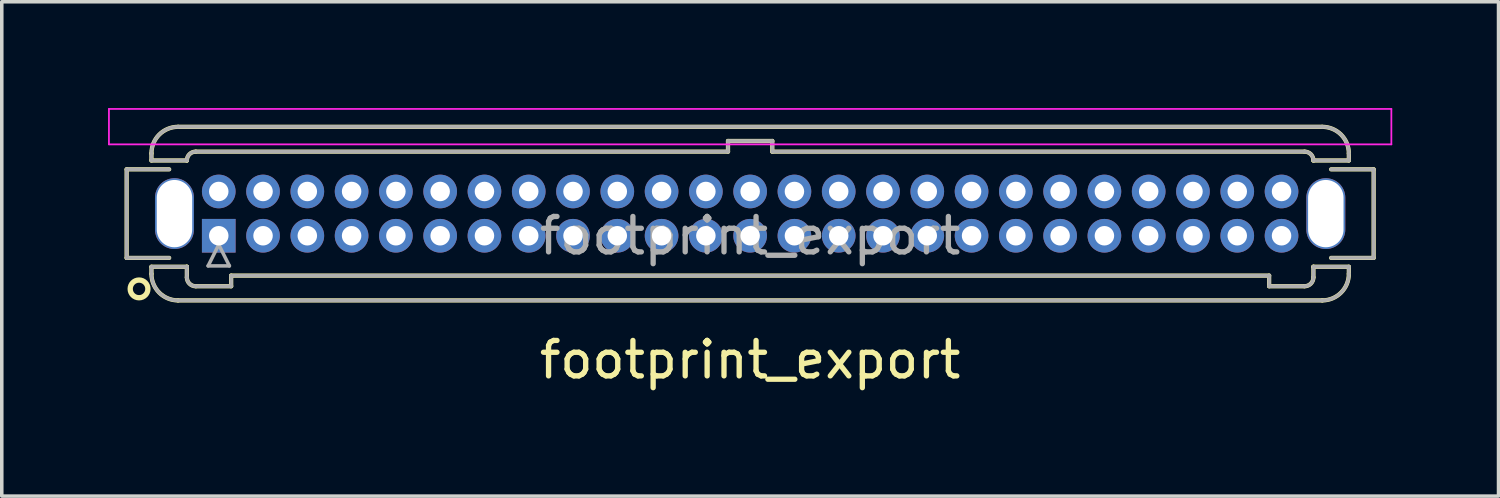
<source format=kicad_pcb>
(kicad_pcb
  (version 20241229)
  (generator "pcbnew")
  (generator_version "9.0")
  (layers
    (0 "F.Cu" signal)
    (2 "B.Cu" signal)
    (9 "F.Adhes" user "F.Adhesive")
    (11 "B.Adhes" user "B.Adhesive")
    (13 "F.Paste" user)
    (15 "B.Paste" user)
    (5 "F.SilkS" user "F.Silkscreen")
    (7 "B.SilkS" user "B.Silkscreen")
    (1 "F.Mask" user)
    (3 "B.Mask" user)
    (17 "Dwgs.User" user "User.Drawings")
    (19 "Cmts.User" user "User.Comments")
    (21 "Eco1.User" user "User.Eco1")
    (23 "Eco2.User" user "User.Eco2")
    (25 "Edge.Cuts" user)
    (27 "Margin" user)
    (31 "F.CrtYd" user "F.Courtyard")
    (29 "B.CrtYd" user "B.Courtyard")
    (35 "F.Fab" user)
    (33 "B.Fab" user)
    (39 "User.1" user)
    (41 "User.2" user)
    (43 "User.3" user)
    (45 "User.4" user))
  (footprint "footprint_export"
    (layer "F.Cu")
    (at 3.125 3.605)
    (property "Reference" "footprint_export" (at 15 3.5 0) (layer "F.SilkS") (effects (font (size 1 1) (thickness 0.15))))
    (attr through_hole)
    (fp_line (start -2.6 -1.875) (end -2.6 0.625) (stroke (width 0.12) (type solid)) (layer "F.SilkS"))
    (fp_line (start -2.6 0.625) (end -1.4 0.625) (stroke (width 0.12) (type solid)) (layer "F.SilkS"))
    (fp_line (start -1.9 -2.325) (end -1.9 -2.125) (stroke (width 0.12) (type solid)) (layer "F.SilkS"))
    (fp_line (start -1.9 -2.125) (end -0.9 -2.125) (stroke (width 0.12) (type solid)) (layer "F.SilkS"))
    (fp_line (start -1.9 0.875) (end -0.9 0.875) (stroke (width 0.12) (type solid)) (layer "F.SilkS"))
    (fp_line (start -1.9 1.075) (end -1.9 0.875) (stroke (width 0.12) (type solid)) (layer "F.SilkS"))
    (fp_line (start -1.4 -1.875) (end -2.6 -1.875) (stroke (width 0.12) (type solid)) (layer "F.SilkS"))
    (fp_line (start -1.15 -3.075) (end 31.15 -3.075) (stroke (width 0.12) (type solid)) (layer "F.SilkS"))
    (fp_line (start -1.15 1.825) (end 31.15 1.825) (stroke (width 0.12) (type solid)) (layer "F.SilkS"))
    (fp_line (start -0.9 -2.125) (end -0.9 -2.125) (stroke (width 0.12) (type solid)) (layer "F.SilkS"))
    (fp_line (start -0.9 0.875) (end -0.9 0.875) (stroke (width 0.12) (type solid)) (layer "F.SilkS"))
    (fp_line (start -0.9 1.175) (end -0.9 0.875) (stroke (width 0.12) (type solid)) (layer "F.SilkS"))
    (fp_line (start -0.65 -2.375) (end 14.375 -2.375) (stroke (width 0.12) (type solid)) (layer "F.SilkS"))
    (fp_line (start -0.65 1.425) (end 0.35 1.425) (stroke (width 0.12) (type solid)) (layer "F.SilkS"))
    (fp_line (start 0.35 1.125) (end 29.65 1.125) (stroke (width 0.12) (type solid)) (layer "F.SilkS"))
    (fp_line (start 0.35 1.425) (end 0.35 1.125) (stroke (width 0.12) (type solid)) (layer "F.SilkS"))
    (fp_line (start 14.375 -2.675) (end 15.625 -2.675) (stroke (width 0.12) (type solid)) (layer "F.SilkS"))
    (fp_line (start 14.375 -2.375) (end 14.375 -2.675) (stroke (width 0.12) (type solid)) (layer "F.SilkS"))
    (fp_line (start 15.625 -2.675) (end 15.625 -2.375) (stroke (width 0.12) (type solid)) (layer "F.SilkS"))
    (fp_line (start 15.625 -2.375) (end 30.65 -2.375) (stroke (width 0.12) (type solid)) (layer "F.SilkS"))
    (fp_line (start 29.65 1.125) (end 29.65 1.425) (stroke (width 0.12) (type solid)) (layer "F.SilkS"))
    (fp_line (start 29.65 1.425) (end 30.65 1.425) (stroke (width 0.12) (type solid)) (layer "F.SilkS"))
    (fp_line (start 30.9 -2.125) (end 30.9 -2.125) (stroke (width 0.12) (type solid)) (layer "F.SilkS"))
    (fp_line (start 30.9 0.875) (end 30.9 0.875) (stroke (width 0.12) (type solid)) (layer "F.SilkS"))
    (fp_line (start 30.9 1.175) (end 30.9 0.875) (stroke (width 0.12) (type solid)) (layer "F.SilkS"))
    (fp_line (start 31.4 -1.875) (end 32.6 -1.875) (stroke (width 0.12) (type solid)) (layer "F.SilkS"))
    (fp_line (start 31.9 -2.325) (end 31.9 -2.125) (stroke (width 0.12) (type solid)) (layer "F.SilkS"))
    (fp_line (start 31.9 -2.125) (end 30.9 -2.125) (stroke (width 0.12) (type solid)) (layer "F.SilkS"))
    (fp_line (start 31.9 0.875) (end 30.9 0.875) (stroke (width 0.12) (type solid)) (layer "F.SilkS"))
    (fp_line (start 31.9 1.075) (end 31.9 0.875) (stroke (width 0.12) (type solid)) (layer "F.SilkS"))
    (fp_line (start 32.6 -1.875) (end 32.6 0.625) (stroke (width 0.12) (type solid)) (layer "F.SilkS"))
    (fp_line (start 32.6 0.625) (end 31.4 0.625) (stroke (width 0.12) (type solid)) (layer "F.SilkS"))
    (fp_arc (start -1.9 -2.325) (mid -1.68033 -2.85533) (end -1.15 -3.075) (stroke (width 0.12) (type solid)) (layer "F.SilkS"))
    (fp_arc (start -1.15 1.825) (mid -1.68033 1.60533) (end -1.9 1.075) (stroke (width 0.12) (type solid)) (layer "F.SilkS"))
    (fp_arc (start -0.9 -2.125) (mid -0.826777 -2.301777) (end -0.65 -2.375) (stroke (width 0.12) (type solid)) (layer "F.SilkS"))
    (fp_arc (start -0.65 1.425) (mid -0.826777 1.351777) (end -0.9 1.175) (stroke (width 0.12) (type solid)) (layer "F.SilkS"))
    (fp_arc (start 30.65 -2.375) (mid 30.826777 -2.301777) (end 30.9 -2.125) (stroke (width 0.12) (type solid)) (layer "F.SilkS"))
    (fp_arc (start 30.9 1.175) (mid 30.826777 1.351777) (end 30.65 1.425) (stroke (width 0.12) (type solid)) (layer "F.SilkS"))
    (fp_arc (start 31.15 -3.075) (mid 31.68033 -2.85533) (end 31.9 -2.325) (stroke (width 0.12) (type solid)) (layer "F.SilkS"))
    (fp_arc (start 31.9 1.075) (mid 31.68033 1.60533) (end 31.15 1.825) (stroke (width 0.12) (type solid)) (layer "F.SilkS"))
    (fp_circle (center -2.25 1.5) (end -2 1.5) (stroke (width 0.15) (type solid)) (fill no) (layer "F.SilkS"))
    (fp_line (start -3.1 -3.58) (end -3.1 -2.58) (stroke (width 0.05) (type solid)) (layer "F.CrtYd"))
    (fp_line (start -3.1 -2.58) (end 33.1 -2.58) (stroke (width 0.05) (type solid)) (layer "F.CrtYd"))
    (fp_line (start 33.1 -3.58) (end -3.1 -3.58) (stroke (width 0.05) (type solid)) (layer "F.CrtYd"))
    (fp_line (start 33.1 -2.58) (end 33.1 -3.58) (stroke (width 0.05) (type solid)) (layer "F.CrtYd"))
    (fp_line (start -2.6 -1.875) (end -2.6 0.625) (stroke (width 0.1) (type solid)) (layer "F.Fab"))
    (fp_line (start -2.6 0.625) (end -1.4 0.625) (stroke (width 0.1) (type solid)) (layer "F.Fab"))
    (fp_line (start -1.9 -2.325) (end -1.9 -2.125) (stroke (width 0.1) (type solid)) (layer "F.Fab"))
    (fp_line (start -1.9 -2.125) (end -0.9 -2.125) (stroke (width 0.1) (type solid)) (layer "F.Fab"))
    (fp_line (start -1.9 0.875) (end -0.9 0.875) (stroke (width 0.1) (type solid)) (layer "F.Fab"))
    (fp_line (start -1.9 1.075) (end -1.9 0.875) (stroke (width 0.1) (type solid)) (layer "F.Fab"))
    (fp_line (start -1.4 -1.875) (end -2.6 -1.875) (stroke (width 0.1) (type solid)) (layer "F.Fab"))
    (fp_line (start -1.15 -3.075) (end 31.15 -3.075) (stroke (width 0.1) (type solid)) (layer "F.Fab"))
    (fp_line (start -1.15 1.825) (end 31.15 1.825) (stroke (width 0.1) (type solid)) (layer "F.Fab"))
    (fp_line (start -0.9 -2.125) (end -0.9 -2.125) (stroke (width 0.1) (type solid)) (layer "F.Fab"))
    (fp_line (start -0.9 0.875) (end -0.9 0.875) (stroke (width 0.1) (type solid)) (layer "F.Fab"))
    (fp_line (start -0.9 1.175) (end -0.9 0.875) (stroke (width 0.1) (type solid)) (layer "F.Fab"))
    (fp_line (start -0.65 -2.375) (end 14.375 -2.375) (stroke (width 0.1) (type solid)) (layer "F.Fab"))
    (fp_line (start -0.65 1.425) (end 0.35 1.425) (stroke (width 0.1) (type solid)) (layer "F.Fab"))
    (fp_line (start -0.3 0.85) (end 0.3 0.85) (stroke (width 0.1) (type solid)) (layer "F.Fab"))
    (fp_line (start 0 0.25) (end -0.3 0.85) (stroke (width 0.1) (type solid)) (layer "F.Fab"))
    (fp_line (start 0.3 0.85) (end 0 0.25) (stroke (width 0.1) (type solid)) (layer "F.Fab"))
    (fp_line (start 0.35 1.125) (end 29.65 1.125) (stroke (width 0.1) (type solid)) (layer "F.Fab"))
    (fp_line (start 0.35 1.425) (end 0.35 1.125) (stroke (width 0.1) (type solid)) (layer "F.Fab"))
    (fp_line (start 14.375 -2.675) (end 15.625 -2.675) (stroke (width 0.1) (type solid)) (layer "F.Fab"))
    (fp_line (start 14.375 -2.375) (end 14.375 -2.675) (stroke (width 0.1) (type solid)) (layer "F.Fab"))
    (fp_line (start 15.625 -2.675) (end 15.625 -2.375) (stroke (width 0.1) (type solid)) (layer "F.Fab"))
    (fp_line (start 15.625 -2.375) (end 30.65 -2.375) (stroke (width 0.1) (type solid)) (layer "F.Fab"))
    (fp_line (start 29.65 1.125) (end 29.65 1.425) (stroke (width 0.1) (type solid)) (layer "F.Fab"))
    (fp_line (start 29.65 1.425) (end 30.65 1.425) (stroke (width 0.1) (type solid)) (layer "F.Fab"))
    (fp_line (start 30.9 -2.125) (end 30.9 -2.125) (stroke (width 0.1) (type solid)) (layer "F.Fab"))
    (fp_line (start 30.9 0.875) (end 30.9 0.875) (stroke (width 0.1) (type solid)) (layer "F.Fab"))
    (fp_line (start 30.9 1.175) (end 30.9 0.875) (stroke (width 0.1) (type solid)) (layer "F.Fab"))
    (fp_line (start 31.4 -1.875) (end 32.6 -1.875) (stroke (width 0.1) (type solid)) (layer "F.Fab"))
    (fp_line (start 31.9 -2.325) (end 31.9 -2.125) (stroke (width 0.1) (type solid)) (layer "F.Fab"))
    (fp_line (start 31.9 -2.125) (end 30.9 -2.125) (stroke (width 0.1) (type solid)) (layer "F.Fab"))
    (fp_line (start 31.9 0.875) (end 30.9 0.875) (stroke (width 0.1) (type solid)) (layer "F.Fab"))
    (fp_line (start 31.9 1.075) (end 31.9 0.875) (stroke (width 0.1) (type solid)) (layer "F.Fab"))
    (fp_line (start 32.6 -1.875) (end 32.6 0.625) (stroke (width 0.1) (type solid)) (layer "F.Fab"))
    (fp_line (start 32.6 0.625) (end 31.4 0.625) (stroke (width 0.1) (type solid)) (layer "F.Fab"))
    (fp_arc (start -1.9 -2.325) (mid -1.68033 -2.85533) (end -1.15 -3.075) (stroke (width 0.1) (type solid)) (layer "F.Fab"))
    (fp_arc (start -1.15 1.825) (mid -1.68033 1.60533) (end -1.9 1.075) (stroke (width 0.1) (type solid)) (layer "F.Fab"))
    (fp_arc (start -0.9 -2.125) (mid -0.826777 -2.301777) (end -0.65 -2.375) (stroke (width 0.1) (type solid)) (layer "F.Fab"))
    (fp_arc (start -0.65 1.425) (mid -0.826777 1.351777) (end -0.9 1.175) (stroke (width 0.1) (type solid)) (layer "F.Fab"))
    (fp_arc (start 30.65 -2.375) (mid 30.826777 -2.301777) (end 30.9 -2.125) (stroke (width 0.1) (type solid)) (layer "F.Fab"))
    (fp_arc (start 30.9 1.175) (mid 30.826777 1.351777) (end 30.65 1.425) (stroke (width 0.1) (type solid)) (layer "F.Fab"))
    (fp_arc (start 31.15 -3.075) (mid 31.68033 -2.85533) (end 31.9 -2.325) (stroke (width 0.1) (type solid)) (layer "F.Fab"))
    (fp_arc (start 31.9 1.075) (mid 31.68033 1.60533) (end 31.15 1.825) (stroke (width 0.1) (type solid)) (layer "F.Fab"))
    (fp_text user "${REFERENCE}" (at 15 0 0) (layer "F.Fab") (effects (font (size 1 1) (thickness 0.15))))
    (pad "" np_thru_hole oval (at -1.25 -0.625) (size 1.1 2) (drill oval 1 1.9) (layers "*.Cu" "*.Mask"))
    (pad "" np_thru_hole oval (at 31.25 -0.625) (size 1.1 2) (drill oval 1 1.9) (layers "*.Cu" "*.Mask"))
    (pad "1" thru_hole rect (at 0 0) (size 0.95 0.95) (drill 0.55) (layers "*.Cu" "*.Mask"))
    (pad "2" thru_hole circle (at 0 -1.25) (size 0.95 0.95) (drill 0.55) (layers "*.Cu" "*.Mask"))
    (pad "3" thru_hole circle (at 1.25 0) (size 0.95 0.95) (drill 0.55) (layers "*.Cu" "*.Mask"))
    (pad "4" thru_hole circle (at 1.25 -1.25) (size 0.95 0.95) (drill 0.55) (layers "*.Cu" "*.Mask"))
    (pad "5" thru_hole circle (at 2.5 0) (size 0.95 0.95) (drill 0.55) (layers "*.Cu" "*.Mask"))
    (pad "6" thru_hole circle (at 2.5 -1.25) (size 0.95 0.95) (drill 0.55) (layers "*.Cu" "*.Mask"))
    (pad "7" thru_hole circle (at 3.75 0) (size 0.95 0.95) (drill 0.55) (layers "*.Cu" "*.Mask"))
    (pad "8" thru_hole circle (at 3.75 -1.25) (size 0.95 0.95) (drill 0.55) (layers "*.Cu" "*.Mask"))
    (pad "9" thru_hole circle (at 5 0) (size 0.95 0.95) (drill 0.55) (layers "*.Cu" "*.Mask"))
    (pad "10" thru_hole circle (at 5 -1.25) (size 0.95 0.95) (drill 0.55) (layers "*.Cu" "*.Mask"))
    (pad "11" thru_hole circle (at 6.25 0) (size 0.95 0.95) (drill 0.55) (layers "*.Cu" "*.Mask"))
    (pad "12" thru_hole circle (at 6.25 -1.25) (size 0.95 0.95) (drill 0.55) (layers "*.Cu" "*.Mask"))
    (pad "13" thru_hole circle (at 7.5 0) (size 0.95 0.95) (drill 0.55) (layers "*.Cu" "*.Mask"))
    (pad "14" thru_hole circle (at 7.5 -1.25) (size 0.95 0.95) (drill 0.55) (layers "*.Cu" "*.Mask"))
    (pad "15" thru_hole circle (at 8.75 0) (size 0.95 0.95) (drill 0.55) (layers "*.Cu" "*.Mask"))
    (pad "16" thru_hole circle (at 8.75 -1.25) (size 0.95 0.95) (drill 0.55) (layers "*.Cu" "*.Mask"))
    (pad "17" thru_hole circle (at 10 0) (size 0.95 0.95) (drill 0.55) (layers "*.Cu" "*.Mask"))
    (pad "18" thru_hole circle (at 10 -1.25) (size 0.95 0.95) (drill 0.55) (layers "*.Cu" "*.Mask"))
    (pad "19" thru_hole circle (at 11.25 0) (size 0.95 0.95) (drill 0.55) (layers "*.Cu" "*.Mask"))
    (pad "20" thru_hole circle (at 11.25 -1.25) (size 0.95 0.95) (drill 0.55) (layers "*.Cu" "*.Mask"))
    (pad "21" thru_hole circle (at 12.5 0) (size 0.95 0.95) (drill 0.55) (layers "*.Cu" "*.Mask"))
    (pad "22" thru_hole circle (at 12.5 -1.25) (size 0.95 0.95) (drill 0.55) (layers "*.Cu" "*.Mask"))
    (pad "23" thru_hole circle (at 13.75 0) (size 0.95 0.95) (drill 0.55) (layers "*.Cu" "*.Mask"))
    (pad "24" thru_hole circle (at 13.75 -1.25) (size 0.95 0.95) (drill 0.55) (layers "*.Cu" "*.Mask"))
    (pad "25" thru_hole circle (at 15 0) (size 0.95 0.95) (drill 0.55) (layers "*.Cu" "*.Mask"))
    (pad "26" thru_hole circle (at 15 -1.25) (size 0.95 0.95) (drill 0.55) (layers "*.Cu" "*.Mask"))
    (pad "27" thru_hole circle (at 16.25 0) (size 0.95 0.95) (drill 0.55) (layers "*.Cu" "*.Mask"))
    (pad "28" thru_hole circle (at 16.25 -1.25) (size 0.95 0.95) (drill 0.55) (layers "*.Cu" "*.Mask"))
    (pad "29" thru_hole circle (at 17.5 0) (size 0.95 0.95) (drill 0.55) (layers "*.Cu" "*.Mask"))
    (pad "30" thru_hole circle (at 17.5 -1.25) (size 0.95 0.95) (drill 0.55) (layers "*.Cu" "*.Mask"))
    (pad "31" thru_hole circle (at 18.75 0) (size 0.95 0.95) (drill 0.55) (layers "*.Cu" "*.Mask"))
    (pad "32" thru_hole circle (at 18.75 -1.25) (size 0.95 0.95) (drill 0.55) (layers "*.Cu" "*.Mask"))
    (pad "33" thru_hole circle (at 20 0) (size 0.95 0.95) (drill 0.55) (layers "*.Cu" "*.Mask"))
    (pad "34" thru_hole circle (at 20 -1.25) (size 0.95 0.95) (drill 0.55) (layers "*.Cu" "*.Mask"))
    (pad "35" thru_hole circle (at 21.25 0) (size 0.95 0.95) (drill 0.55) (layers "*.Cu" "*.Mask"))
    (pad "36" thru_hole circle (at 21.25 -1.25) (size 0.95 0.95) (drill 0.55) (layers "*.Cu" "*.Mask"))
    (pad "37" thru_hole circle (at 22.5 0) (size 0.95 0.95) (drill 0.55) (layers "*.Cu" "*.Mask"))
    (pad "38" thru_hole circle (at 22.5 -1.25) (size 0.95 0.95) (drill 0.55) (layers "*.Cu" "*.Mask"))
    (pad "39" thru_hole circle (at 23.75 0) (size 0.95 0.95) (drill 0.55) (layers "*.Cu" "*.Mask"))
    (pad "40" thru_hole circle (at 23.75 -1.25) (size 0.95 0.95) (drill 0.55) (layers "*.Cu" "*.Mask"))
    (pad "41" thru_hole circle (at 25 0) (size 0.95 0.95) (drill 0.55) (layers "*.Cu" "*.Mask"))
    (pad "42" thru_hole circle (at 25 -1.25) (size 0.95 0.95) (drill 0.55) (layers "*.Cu" "*.Mask"))
    (pad "43" thru_hole circle (at 26.25 0) (size 0.95 0.95) (drill 0.55) (layers "*.Cu" "*.Mask"))
    (pad "44" thru_hole circle (at 26.25 -1.25) (size 0.95 0.95) (drill 0.55) (layers "*.Cu" "*.Mask"))
    (pad "45" thru_hole circle (at 27.5 0) (size 0.95 0.95) (drill 0.55) (layers "*.Cu" "*.Mask"))
    (pad "46" thru_hole circle (at 27.5 -1.25) (size 0.95 0.95) (drill 0.55) (layers "*.Cu" "*.Mask"))
    (pad "47" thru_hole circle (at 28.75 0) (size 0.95 0.95) (drill 0.55) (layers "*.Cu" "*.Mask"))
    (pad "48" thru_hole circle (at 28.75 -1.25) (size 0.95 0.95) (drill 0.55) (layers "*.Cu" "*.Mask"))
    (pad "49" thru_hole circle (at 30 0) (size 0.95 0.95) (drill 0.55) (layers "*.Cu" "*.Mask"))
    (pad "50" thru_hole circle (at 30 -1.25) (size 0.95 0.95) (drill 0.55) (layers "*.Cu" "*.Mask")))
  (gr_rect
    (start -3 -3)
    (end 39.25 10.953)
    (stroke (width 0.1) (type default))
    (fill no)
    (layer "Edge.Cuts")))
</source>
